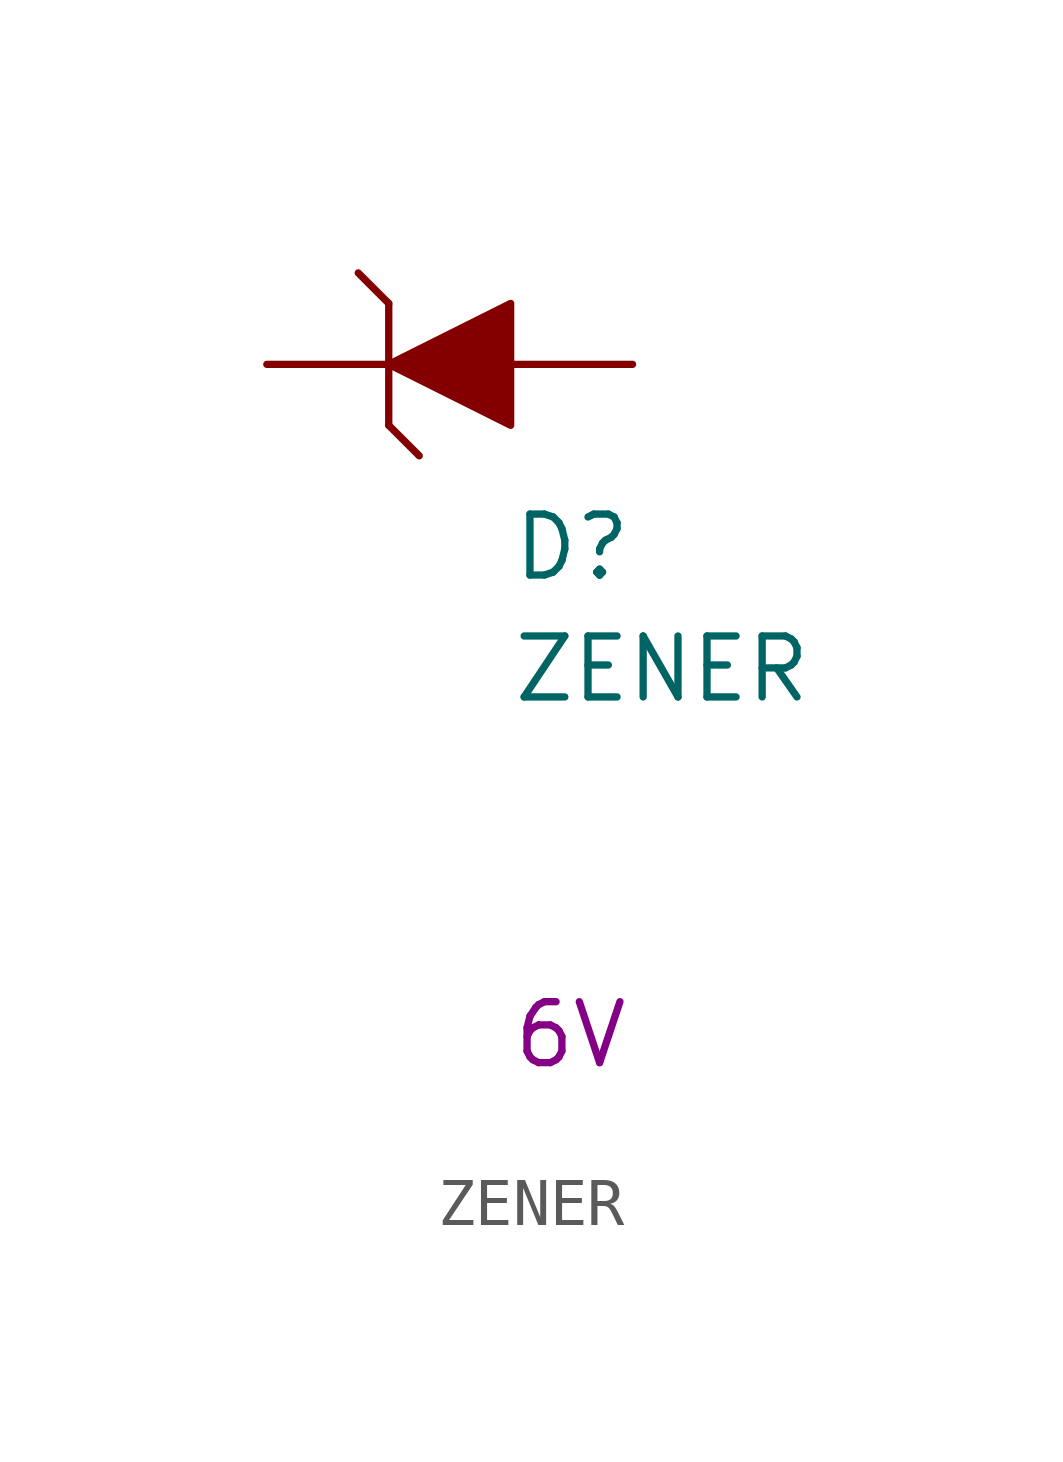
<source format=kicad_sym>
(kicad_symbol_lib
  (version 20220914)
  (generator kicad_symbol_editor)
  (symbol "ZENER"
    (pin_numbers hide)
    (pin_names
      (offset 0.254) hide)
    (property "Reference" "D"
      (at 1.27 -3.81 0)
      (effects (font (size 1.27 1.27)) (justify left)))
    (property "Value" "ZENER"
      (at 1.27 -6.35 0)
      (effects (font (size 1.27 1.27)) (justify left)))
    (property "Vrwm" "6V"
      (at 1.27 -13.97 0)
      (effects (font (size 1.27 1.27)) (justify left)))
    (symbol "ZENER_1_1"
      (polyline (pts (xy -1.27 -1.27) (xy -1.27 1.27)) (stroke (width 0) (type solid)) (fill (type none)))
      (polyline (pts (xy -1.27 -1.27) (xy -0.635 -1.905)) (stroke (width 0) (type solid)) (fill (type none)))
      (polyline (pts (xy -1.27 1.27) (xy -1.905 1.905)) (stroke (width 0) (type solid)) (fill (type none)))
      (polyline (pts (xy 1.27 -1.27) (xy 1.27 1.27) (xy -1.27 0) (xy 1.27 -1.27)) (stroke (width 0) (type solid)) (fill (type outline)))
      (pin passive line (at 3.81 0 180) (length 2.54) (name "~" (effects (font (size 1.27 1.27)))) (number "A" (effects (font (size 1.27 1.27)))))
      (pin passive line (at -3.81 0 0) (length 2.54) (name "~" (effects (font (size 1.27 1.27)))) (number "K" (effects (font (size 1.27 1.27))))))))
</source>
